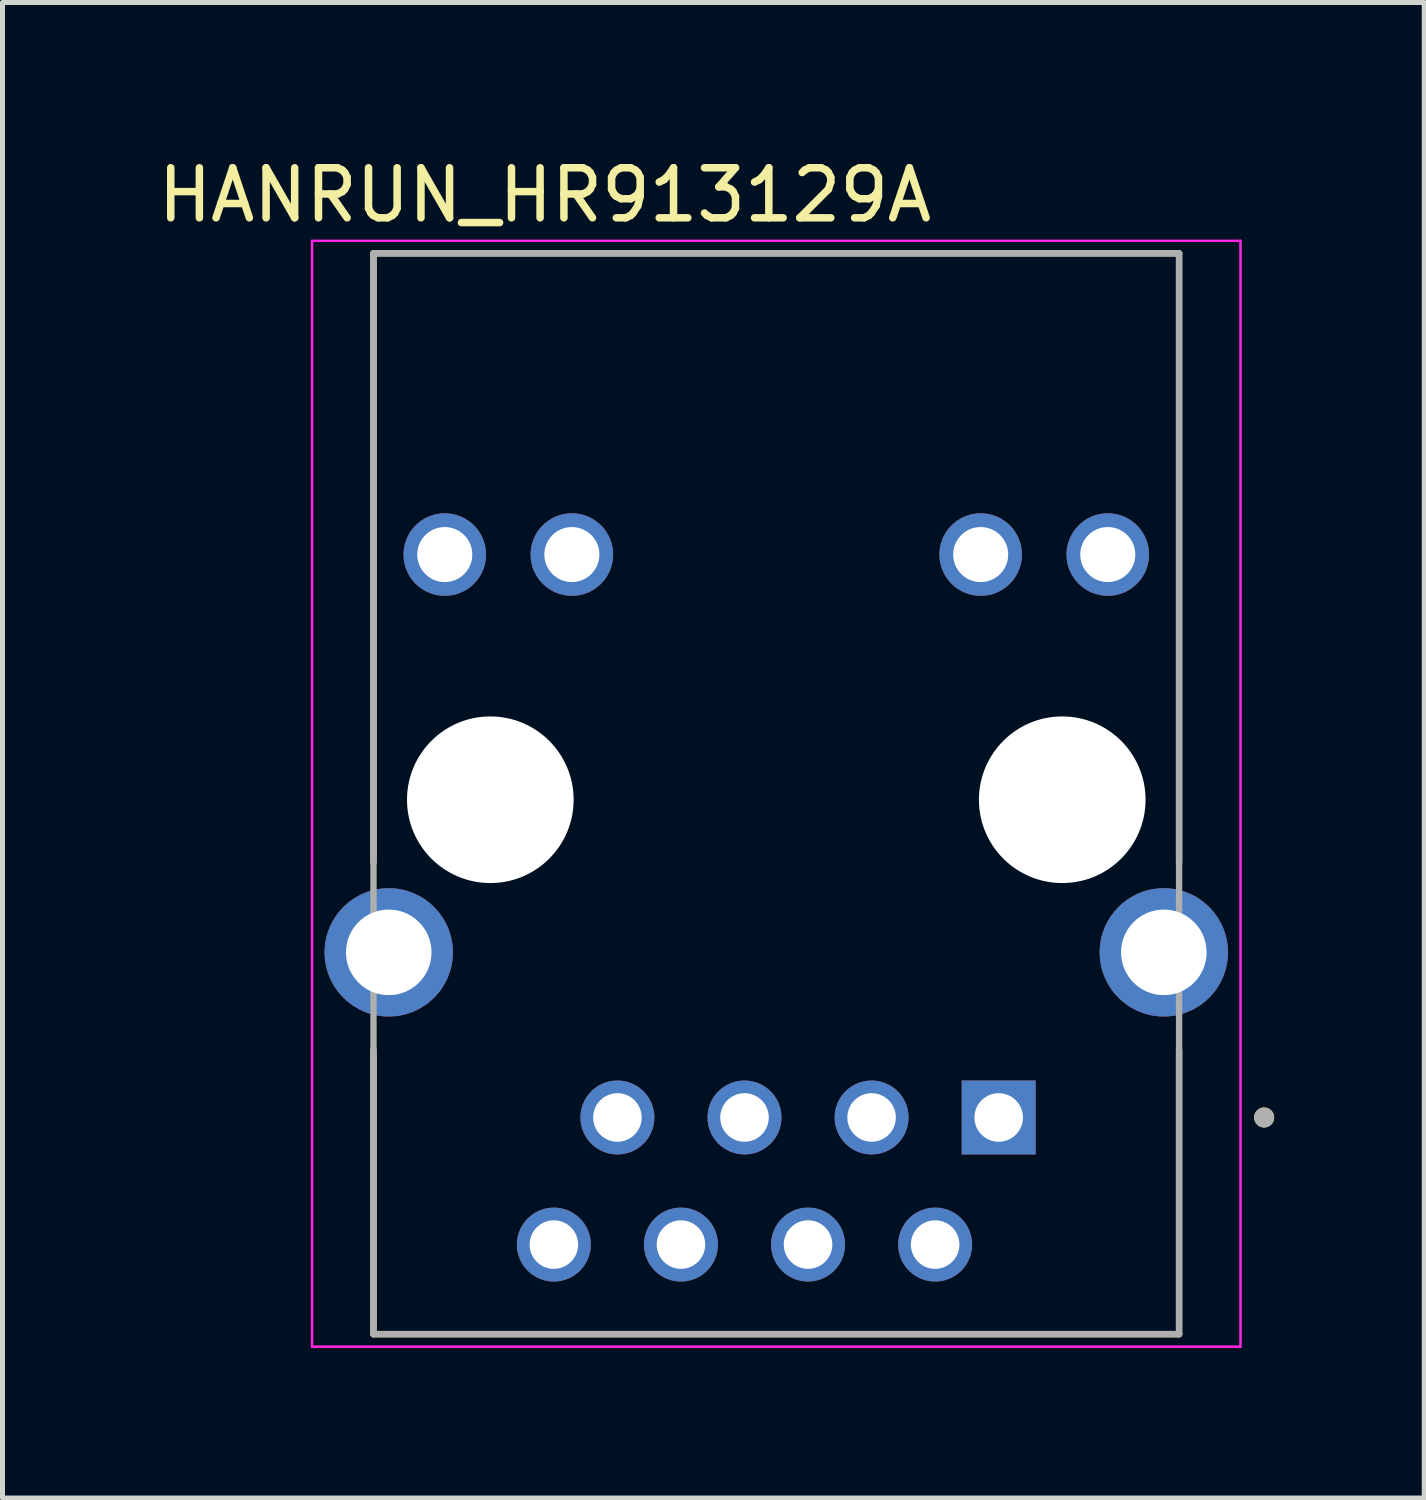
<source format=kicad_pcb>
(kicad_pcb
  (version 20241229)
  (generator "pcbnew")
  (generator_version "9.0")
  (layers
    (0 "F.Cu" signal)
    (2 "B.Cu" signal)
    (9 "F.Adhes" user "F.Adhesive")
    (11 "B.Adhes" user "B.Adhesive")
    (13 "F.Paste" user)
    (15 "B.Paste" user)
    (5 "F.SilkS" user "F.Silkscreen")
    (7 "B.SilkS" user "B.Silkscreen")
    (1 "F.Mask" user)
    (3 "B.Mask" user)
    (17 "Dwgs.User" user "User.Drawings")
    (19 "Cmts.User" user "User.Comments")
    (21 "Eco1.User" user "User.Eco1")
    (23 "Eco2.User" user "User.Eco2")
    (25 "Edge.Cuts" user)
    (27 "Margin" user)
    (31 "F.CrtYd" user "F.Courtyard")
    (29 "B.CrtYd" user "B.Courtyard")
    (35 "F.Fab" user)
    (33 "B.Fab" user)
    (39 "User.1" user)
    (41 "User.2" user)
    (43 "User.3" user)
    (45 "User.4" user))
  (footprint "HANRUN_HR913129A"
    (layer "F.Cu")
    (at 12.464 12.933)
    (property "Reference" "HANRUN_HR913129A" (at -4.625 -12.085 0) (layer "F.SilkS") (effects (font (size 1 1) (thickness 0.15))))
    (attr through_hole)
    (fp_line (start -8.05 1.25) (end -8.05 -10.92) (stroke (width 0.127) (type solid)) (layer "F.SilkS"))
    (fp_line (start -8.05 10.68) (end -8.05 5) (stroke (width 0.127) (type solid)) (layer "F.SilkS"))
    (fp_line (start -8.05 10.68) (end 8.05 10.68) (stroke (width 0.127) (type solid)) (layer "F.SilkS"))
    (fp_line (start 8.05 -10.92) (end -8.05 -10.92) (stroke (width 0.127) (type solid)) (layer "F.SilkS"))
    (fp_line (start 8.05 1.25) (end 8.05 -10.92) (stroke (width 0.127) (type solid)) (layer "F.SilkS"))
    (fp_line (start 8.05 10.68) (end 8.05 5) (stroke (width 0.127) (type solid)) (layer "F.SilkS"))
    (fp_circle (center 9.75 6.35) (end 9.85 6.35) (stroke (width 0.2) (type solid)) (fill no) (layer "F.SilkS"))
    (fp_line (start -9.277 -11.17) (end 9.277 -11.17) (stroke (width 0.05) (type solid)) (layer "F.CrtYd"))
    (fp_line (start -9.277 10.93) (end -9.277 -11.17) (stroke (width 0.05) (type solid)) (layer "F.CrtYd"))
    (fp_line (start 9.277 -11.17) (end 9.277 10.93) (stroke (width 0.05) (type solid)) (layer "F.CrtYd"))
    (fp_line (start 9.277 10.93) (end -9.277 10.93) (stroke (width 0.05) (type solid)) (layer "F.CrtYd"))
    (fp_line (start -8.05 -10.92) (end -8.05 10.68) (stroke (width 0.127) (type solid)) (layer "F.Fab"))
    (fp_line (start -8.05 10.68) (end 8.05 10.68) (stroke (width 0.127) (type solid)) (layer "F.Fab"))
    (fp_line (start 8.05 -10.92) (end -8.05 -10.92) (stroke (width 0.127) (type solid)) (layer "F.Fab"))
    (fp_line (start 8.05 10.68) (end 8.05 -10.92) (stroke (width 0.127) (type solid)) (layer "F.Fab"))
    (fp_circle (center 9.75 6.35) (end 9.85 6.35) (stroke (width 0.2) (type solid)) (fill no) (layer "F.Fab"))
    (pad "" np_thru_hole circle (at -5.715 0) (size 3.33 3.33) (drill 3.33) (layers "*.Cu" "*.Mask"))
    (pad "" np_thru_hole circle (at 5.715 0) (size 3.33 3.33) (drill 3.33) (layers "*.Cu" "*.Mask"))
    (pad "1" thru_hole rect (at 4.445 6.35) (size 1.478 1.478) (drill 0.97) (layers "*.Cu" "*.Mask"))
    (pad "2" thru_hole circle (at 3.175 8.89) (size 1.478 1.478) (drill 0.97) (layers "*.Cu" "*.Mask"))
    (pad "3" thru_hole circle (at 1.905 6.35) (size 1.478 1.478) (drill 0.97) (layers "*.Cu" "*.Mask"))
    (pad "4" thru_hole circle (at 0.635 8.89) (size 1.478 1.478) (drill 0.97) (layers "*.Cu" "*.Mask"))
    (pad "5" thru_hole circle (at -0.635 6.35) (size 1.478 1.478) (drill 0.97) (layers "*.Cu" "*.Mask"))
    (pad "6" thru_hole circle (at -1.905 8.89) (size 1.478 1.478) (drill 0.97) (layers "*.Cu" "*.Mask"))
    (pad "7" thru_hole circle (at -3.175 6.35) (size 1.478 1.478) (drill 0.97) (layers "*.Cu" "*.Mask"))
    (pad "8" thru_hole circle (at -4.445 8.89) (size 1.478 1.478) (drill 0.97) (layers "*.Cu" "*.Mask"))
    (pad "9" thru_hole circle (at 6.625 -4.9) (size 1.65 1.65) (drill 1.1) (layers "*.Cu" "*.Mask"))
    (pad "10" thru_hole circle (at 4.085 -4.9) (size 1.65 1.65) (drill 1.1) (layers "*.Cu" "*.Mask"))
    (pad "11" thru_hole circle (at -4.085 -4.9) (size 1.65 1.65) (drill 1.1) (layers "*.Cu" "*.Mask"))
    (pad "12" thru_hole circle (at -6.625 -4.9) (size 1.65 1.65) (drill 1.1) (layers "*.Cu" "*.Mask"))
    (pad "S1" thru_hole circle (at -7.745 3.05) (size 2.565 2.565) (drill 1.71) (layers "*.Cu" "*.Mask"))
    (pad "S2" thru_hole circle (at 7.745 3.05) (size 2.565 2.565) (drill 1.71) (layers "*.Cu" "*.Mask")))
  (gr_rect
    (start -3 -3)
    (end 25.414 26.888)
    (stroke (width 0.1) (type default))
    (fill no)
    (layer "Edge.Cuts")))
</source>
